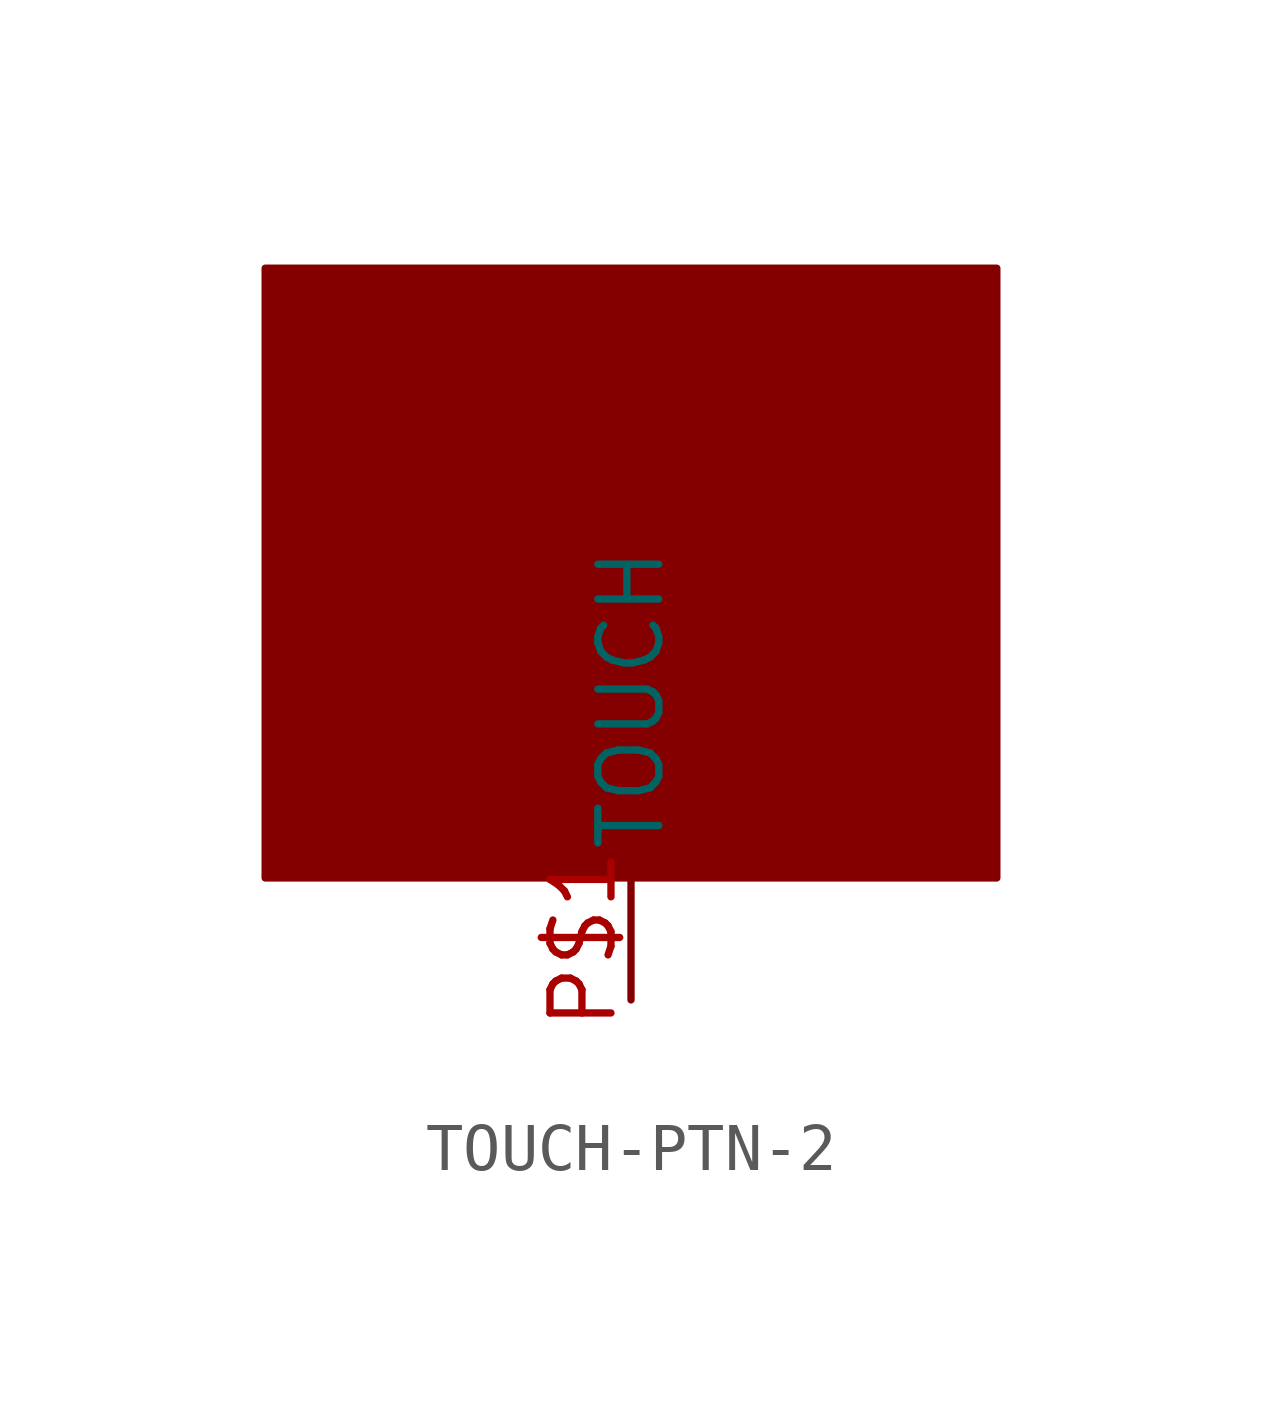
<source format=kicad_sym>
(kicad_symbol_lib
  (version 20220914)
  (generator kicad_symbol_editor)
  (symbol "TOUCH-PTN-2"
    (property "Reference" ""
      (at 0 0 0)
      (effects (font (size 1.27 1.27)) hide))
    (property "ki_locked" ""
      (at 0 0 0)
      (effects (font (size 1.27 1.27))))
    (symbol "TOUCH-PTN-2_1_0"
      (rectangle (start -7.62 2.54) (end 7.62 15.24) (stroke (width 0) (type default)) (fill (type outline)))
      (pin bidirectional line (at 0 0 90) (length 2.54) (name "TOUCH" (effects (font (size 1.27 1.27)))) (number "P$1" (effects (font (size 1.27 1.27))))))))
</source>
